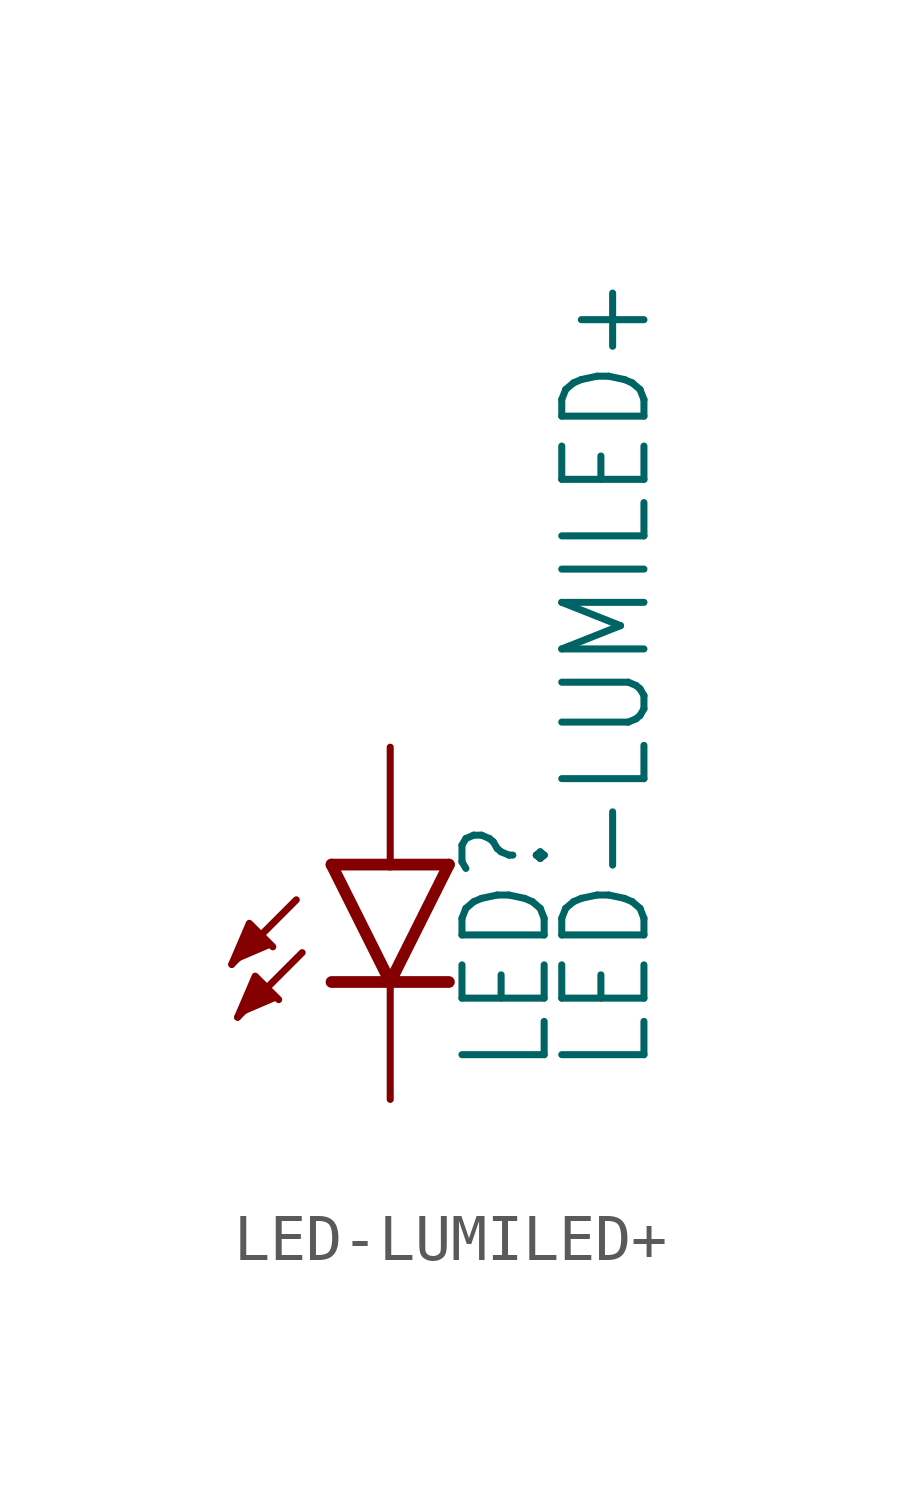
<source format=kicad_sym>
(kicad_symbol_lib
  (version 20200126)
  (host kicad_symbol_editor "(5.99.0-2281-g2f31bf278-dirty)")
  (symbol "LED-LUMILED+"
    (property "Reference" "LED"
      (at 3.556 -4.572 90)
      (effects (font (size 1.778 1.511)) (justify left bottom)))
    (property "Value" "LED-LUMILED+"
      (at 5.715 -4.572 90)
      (effects (font (size 1.778 1.511)) (justify left bottom)))
    (property "ki_locked" ""
      (at 0 0 0)
      (effects (font (size 1.27 1.27))))
    (symbol "LED-LUMILED+_1_0"
      (polyline (pts (xy 1.27 0) (xy 0 -2.54)) (stroke (width 0.254)) (fill (type none)))
      (polyline (pts (xy 0 -2.54) (xy -1.27 0)) (stroke (width 0.254)) (fill (type none)))
      (polyline (pts (xy 1.27 -2.54) (xy 0 -2.54)) (stroke (width 0.254)) (fill (type none)))
      (polyline (pts (xy 0 -2.54) (xy -1.27 -2.54)) (stroke (width 0.254)) (fill (type none)))
      (polyline (pts (xy 1.27 0) (xy 0 0)) (stroke (width 0.254)) (fill (type none)))
      (polyline (pts (xy 0 0) (xy -1.27 0)) (stroke (width 0.254)) (fill (type none)))
      (polyline (pts (xy -2.032 -0.762) (xy -3.429 -2.159)) (stroke (width 0.152)) (fill (type none)))
      (polyline (pts (xy -1.905 -1.905) (xy -3.302 -3.302)) (stroke (width 0.152)) (fill (type none)))
      (polyline (pts (xy -3.429 -2.159) (xy -3.048 -1.27) (xy -2.54 -1.778)) (stroke (width 0)) (fill (type outline)))
      (polyline (pts (xy -3.302 -3.302) (xy -2.921 -2.413) (xy -2.413 -2.921)) (stroke (width 0)) (fill (type outline)))
      (pin passive line (at 0 -5.08 90) (length 2.54) (name "C" (effects (font (size 0 0)))) (number "4-" (effects (font (size 0 0)))))
      (pin passive line (at 0 2.54 270) (length 2.54) (name "A" (effects (font (size 0 0)))) (number "2+" (effects (font (size 0 0))))))))
</source>
